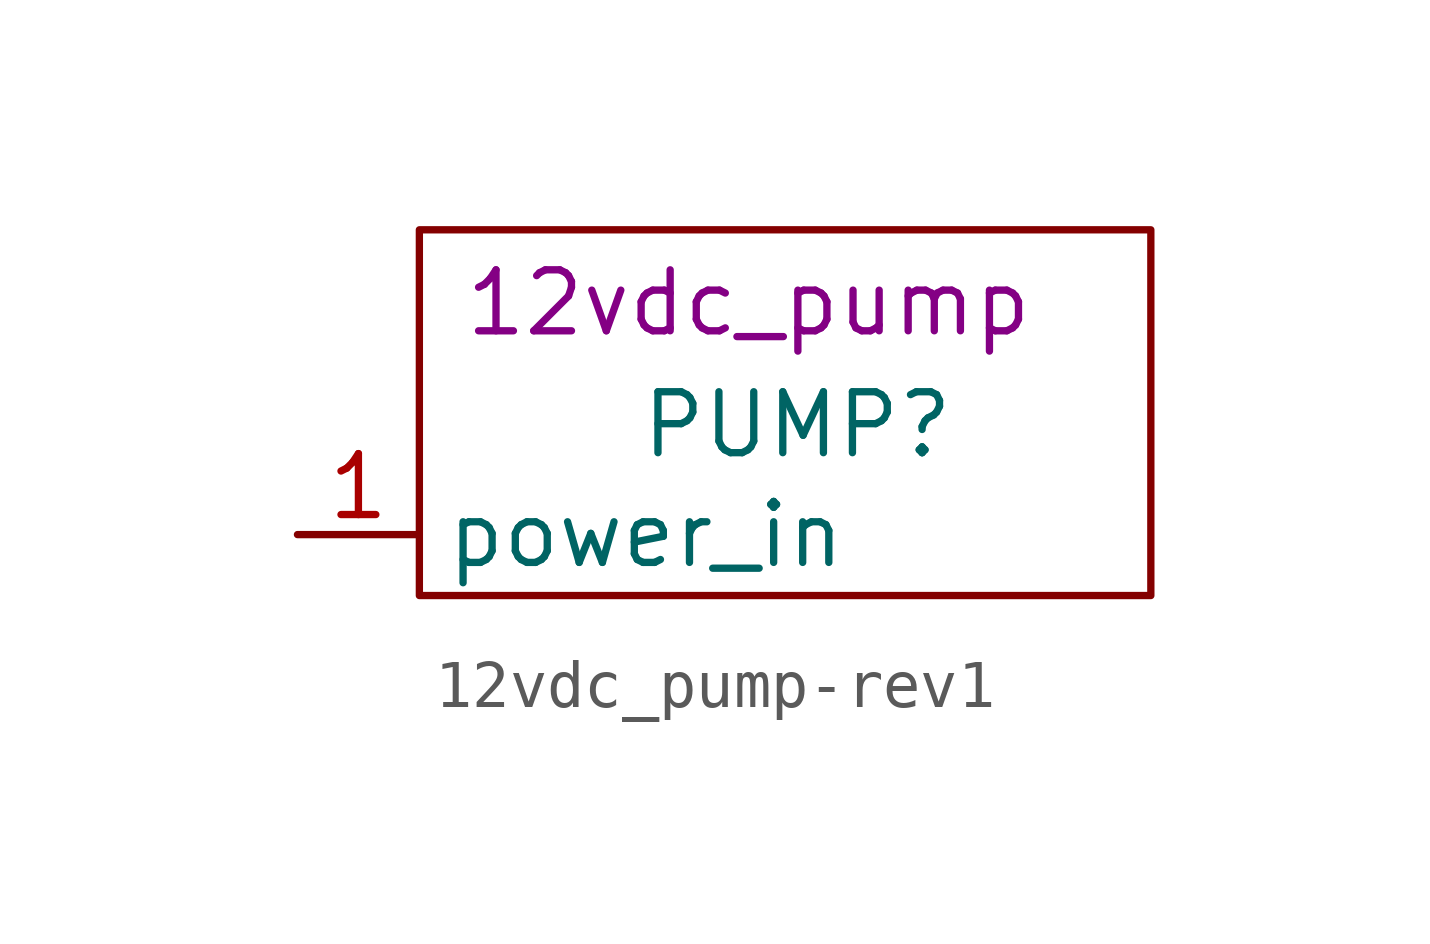
<source format=kicad_sym>
(kicad_symbol_lib
  (version 20241209)
  (generator "kicad_symbol_editor")
  (generator_version "9.0")
  (symbol "12vdc_pump-rev1"
    (property "Reference" "PUMP"
      (at 7.874 3.556 0)
      (do_not_autoplace)
      (effects (font (size 1.27 1.27))))
    (property "Value" ""
      (at 0 0 0)
      (effects (font (size 1.27 1.27))))
    (property "MFG" ""
      (at 0 0 0)
      (effects (font (size 1.27 1.27))))
    (property "MPN" "12vdc_pump"
      (at 6.858 6.096 0)
      (do_not_autoplace)
      (effects (font (size 1.27 1.27))))
    (symbol "12vdc_pump-rev1_0_1"
      (rectangle (start 0 7.62) (end 15.24 0) (stroke (width 0) (type default)) (fill (type none))))
    (symbol "12vdc_pump-rev1_1_1"
      (pin unspecified line (at -2.54 1.27 0) (length 2.54) (name "power_in" (effects (font (size 1.27 1.27)))) (number "1" (effects (font (size 1.27 1.27))))))))
</source>
